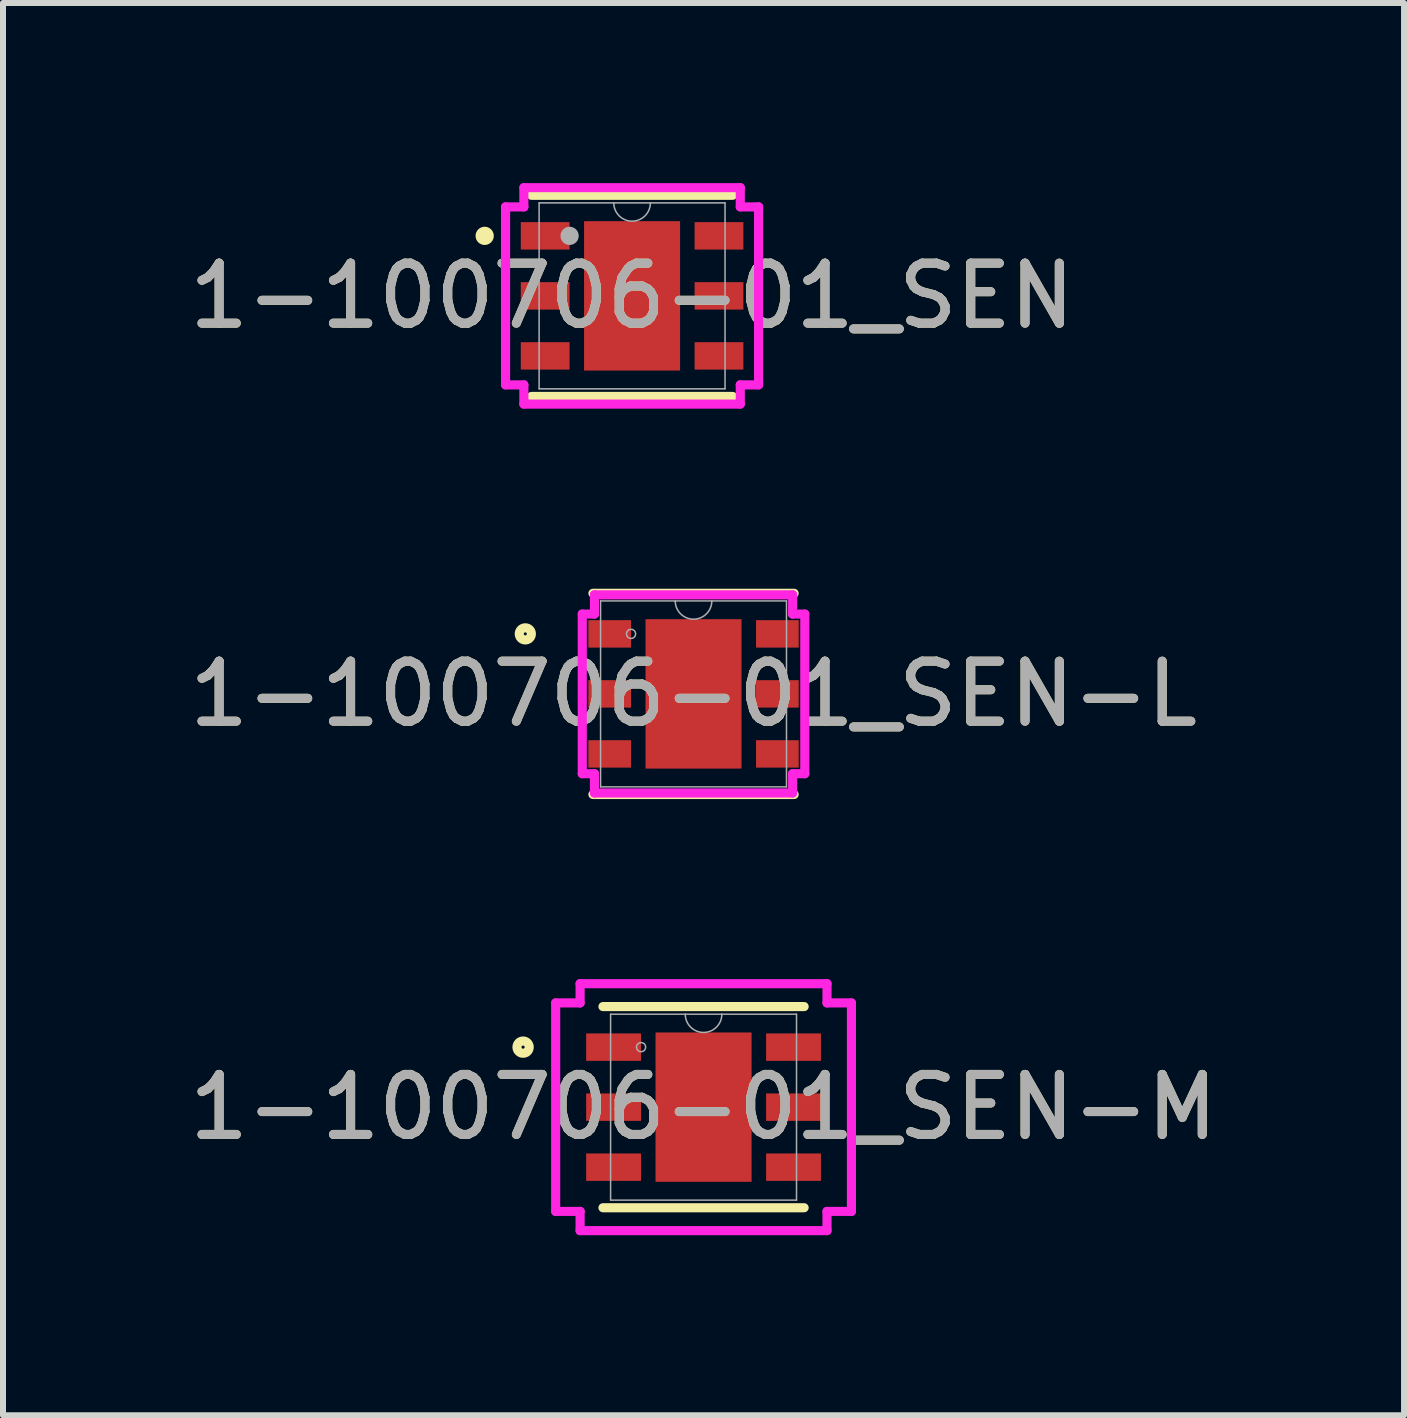
<source format=kicad_pcb>
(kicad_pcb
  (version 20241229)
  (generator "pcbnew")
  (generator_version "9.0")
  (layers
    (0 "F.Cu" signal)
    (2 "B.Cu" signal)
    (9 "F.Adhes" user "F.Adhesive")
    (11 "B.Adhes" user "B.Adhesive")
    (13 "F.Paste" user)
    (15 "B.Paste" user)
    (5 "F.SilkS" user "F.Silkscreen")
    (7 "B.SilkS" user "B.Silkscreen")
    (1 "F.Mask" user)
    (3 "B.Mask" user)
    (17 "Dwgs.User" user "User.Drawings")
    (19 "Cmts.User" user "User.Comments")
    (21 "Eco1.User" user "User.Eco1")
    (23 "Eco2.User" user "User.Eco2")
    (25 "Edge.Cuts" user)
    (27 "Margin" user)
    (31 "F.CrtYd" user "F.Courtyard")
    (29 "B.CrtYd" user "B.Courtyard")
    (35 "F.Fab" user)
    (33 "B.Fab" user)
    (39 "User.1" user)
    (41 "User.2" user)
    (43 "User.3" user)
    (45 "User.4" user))
  (footprint "1-100706-01_SEN-M"
    (layer "F.Cu")
    (at 8.673 15.398)
    (property "Reference" "1-100706-01_SEN-M" (at 0 0 0) (unlocked yes) (layer "F.SilkS") (effects (font (size 1 1) (thickness 0.15))))
    (attr smd)
    (fp_line (start -1.676 1.676) (end 1.676 1.676) (stroke (width 0.152) (type solid)) (layer "F.SilkS"))
    (fp_line (start 1.676 -1.676) (end -1.676 -1.676) (stroke (width 0.152) (type solid)) (layer "F.SilkS"))
    (fp_circle (center -3.007 -1) (end -2.905 -1) (stroke (width 0.152) (type solid)) (fill no) (layer "F.SilkS"))
    (fp_line (start -2.464 -1.737) (end -2.057 -1.737) (stroke (width 0.152) (type solid)) (layer "F.CrtYd"))
    (fp_line (start -2.464 1.737) (end -2.464 -1.737) (stroke (width 0.152) (type solid)) (layer "F.CrtYd"))
    (fp_line (start -2.464 1.737) (end -2.057 1.737) (stroke (width 0.152) (type solid)) (layer "F.CrtYd"))
    (fp_line (start -2.057 -2.057) (end 2.057 -2.057) (stroke (width 0.152) (type solid)) (layer "F.CrtYd"))
    (fp_line (start -2.057 -1.737) (end -2.057 -2.057) (stroke (width 0.152) (type solid)) (layer "F.CrtYd"))
    (fp_line (start -2.057 2.057) (end -2.057 1.737) (stroke (width 0.152) (type solid)) (layer "F.CrtYd"))
    (fp_line (start 2.057 -2.057) (end 2.057 -1.737) (stroke (width 0.152) (type solid)) (layer "F.CrtYd"))
    (fp_line (start 2.057 1.737) (end 2.057 2.057) (stroke (width 0.152) (type solid)) (layer "F.CrtYd"))
    (fp_line (start 2.057 2.057) (end -2.057 2.057) (stroke (width 0.152) (type solid)) (layer "F.CrtYd"))
    (fp_line (start 2.464 -1.737) (end 2.057 -1.737) (stroke (width 0.152) (type solid)) (layer "F.CrtYd"))
    (fp_line (start 2.464 -1.737) (end 2.464 1.737) (stroke (width 0.152) (type solid)) (layer "F.CrtYd"))
    (fp_line (start 2.464 1.737) (end 2.057 1.737) (stroke (width 0.152) (type solid)) (layer "F.CrtYd"))
    (fp_line (start -1.549 -1.549) (end -1.549 1.549) (stroke (width 0.025) (type solid)) (layer "F.Fab"))
    (fp_line (start -1.549 1.549) (end 1.549 1.549) (stroke (width 0.025) (type solid)) (layer "F.Fab"))
    (fp_line (start 1.549 -1.549) (end -1.549 -1.549) (stroke (width 0.025) (type solid)) (layer "F.Fab"))
    (fp_line (start 1.549 1.549) (end 1.549 -1.549) (stroke (width 0.025) (type solid)) (layer "F.Fab"))
    (fp_arc (start 0.3048 -1.5494) (mid 0 -1.2446) (end -0.3048 -1.5494) (stroke (width 0.0254) (type solid)) (layer "F.Fab"))
    (fp_circle (center -1.041 -1) (end -0.965 -1) (stroke (width 0.025) (type solid)) (fill no) (layer "F.Fab"))
    (fp_text user "${REFERENCE}" (at 0 0 0) (unlocked yes) (layer "F.Fab") (effects (font (size 1 1) (thickness 0.15))))
    (pad "1" smd rect (at -1.499 -1) (size 0.914 0.457) (layers "F.Cu" "F.Mask" "F.Paste"))
    (pad "2" smd rect (at -1.499 0) (size 0.914 0.457) (layers "F.Cu" "F.Mask" "F.Paste"))
    (pad "3" smd rect (at -1.499 1) (size 0.914 0.457) (layers "F.Cu" "F.Mask" "F.Paste"))
    (pad "4" smd rect (at 1.499 1) (size 0.914 0.457) (layers "F.Cu" "F.Mask" "F.Paste"))
    (pad "5" smd rect (at 1.499 0) (size 0.914 0.457) (layers "F.Cu" "F.Mask" "F.Paste"))
    (pad "6" smd rect (at 1.499 -1) (size 0.914 0.457) (layers "F.Cu" "F.Mask" "F.Paste"))
    (pad "7" smd rect (at 0 0) (size 1.6 2.489) (layers "F.Cu" "F.Mask" "F.Paste")))
  (footprint "1-100706-01_SEN"
    (layer "F.Cu")
    (at 7.482 1.88)
    (property "Reference" "1-100706-01_SEN" (at 0 0 0) (unlocked yes) (layer "F.SilkS") (effects (font (size 1 1) (thickness 0.15))))
    (attr smd)
    (fp_line (start -1.676 1.676) (end 1.676 1.676) (stroke (width 0.152) (type solid)) (layer "F.SilkS"))
    (fp_line (start 1.676 -1.676) (end -1.676 -1.676) (stroke (width 0.152) (type solid)) (layer "F.SilkS"))
    (fp_circle (center -2.456 -1) (end -2.38 -1) (stroke (width 0.152) (type solid)) (fill no) (layer "F.SilkS"))
    (fp_line (start -2.108 -1.483) (end -1.803 -1.483) (stroke (width 0.152) (type solid)) (layer "F.CrtYd"))
    (fp_line (start -2.108 1.483) (end -2.108 -1.483) (stroke (width 0.152) (type solid)) (layer "F.CrtYd"))
    (fp_line (start -2.108 1.483) (end -1.803 1.483) (stroke (width 0.152) (type solid)) (layer "F.CrtYd"))
    (fp_line (start -1.803 -1.803) (end 1.803 -1.803) (stroke (width 0.152) (type solid)) (layer "F.CrtYd"))
    (fp_line (start -1.803 -1.483) (end -1.803 -1.803) (stroke (width 0.152) (type solid)) (layer "F.CrtYd"))
    (fp_line (start -1.803 1.803) (end -1.803 1.483) (stroke (width 0.152) (type solid)) (layer "F.CrtYd"))
    (fp_line (start 1.803 -1.803) (end 1.803 -1.483) (stroke (width 0.152) (type solid)) (layer "F.CrtYd"))
    (fp_line (start 1.803 1.483) (end 1.803 1.803) (stroke (width 0.152) (type solid)) (layer "F.CrtYd"))
    (fp_line (start 1.803 1.803) (end -1.803 1.803) (stroke (width 0.152) (type solid)) (layer "F.CrtYd"))
    (fp_line (start 2.108 -1.483) (end 1.803 -1.483) (stroke (width 0.152) (type solid)) (layer "F.CrtYd"))
    (fp_line (start 2.108 -1.483) (end 2.108 1.483) (stroke (width 0.152) (type solid)) (layer "F.CrtYd"))
    (fp_line (start 2.108 1.483) (end 1.803 1.483) (stroke (width 0.152) (type solid)) (layer "F.CrtYd"))
    (fp_line (start -1.549 -1.549) (end -1.549 1.549) (stroke (width 0.025) (type solid)) (layer "F.Fab"))
    (fp_line (start -1.549 1.549) (end 1.549 1.549) (stroke (width 0.025) (type solid)) (layer "F.Fab"))
    (fp_line (start 1.549 -1.549) (end -1.549 -1.549) (stroke (width 0.025) (type solid)) (layer "F.Fab"))
    (fp_line (start 1.549 1.549) (end 1.549 -1.549) (stroke (width 0.025) (type solid)) (layer "F.Fab"))
    (fp_arc (start 0.3048 -1.5494) (mid 0 -1.2446) (end -0.3048 -1.5494) (stroke (width 0.0254) (type solid)) (layer "F.Fab"))
    (fp_circle (center -1.041 -1) (end -0.965 -1) (stroke (width 0.152) (type solid)) (fill no) (layer "F.Fab"))
    (fp_text user "${REFERENCE}" (at 0 0 0) (unlocked yes) (layer "F.Fab") (effects (font (size 1 1) (thickness 0.15))))
    (pad "1" smd rect (at -1.448 -1) (size 0.813 0.457) (layers "F.Cu" "F.Mask" "F.Paste"))
    (pad "2" smd rect (at -1.448 0) (size 0.813 0.457) (layers "F.Cu" "F.Mask" "F.Paste"))
    (pad "3" smd rect (at -1.448 1) (size 0.813 0.457) (layers "F.Cu" "F.Mask" "F.Paste"))
    (pad "4" smd rect (at 1.448 1) (size 0.813 0.457) (layers "F.Cu" "F.Mask" "F.Paste"))
    (pad "5" smd rect (at 1.448 0) (size 0.813 0.457) (layers "F.Cu" "F.Mask" "F.Paste"))
    (pad "6" smd rect (at 1.448 -1) (size 0.813 0.457) (layers "F.Cu" "F.Mask" "F.Paste"))
    (pad "7" smd rect (at 0 0) (size 1.6 2.489) (layers "F.Cu" "F.Mask" "F.Paste")))
  (footprint "1-100706-01_SEN-L"
    (layer "F.Cu")
    (at 8.506 8.512)
    (property "Reference" "1-100706-01_SEN-L" (at 0 0 0) (unlocked yes) (layer "F.SilkS") (effects (font (size 1 1) (thickness 0.15))))
    (attr smd)
    (fp_line (start -1.676 1.676) (end 1.676 1.676) (stroke (width 0.152) (type solid)) (layer "F.SilkS"))
    (fp_line (start 1.676 -1.676) (end -1.676 -1.676) (stroke (width 0.152) (type solid)) (layer "F.SilkS"))
    (fp_circle (center -2.803 -1) (end -2.702 -1) (stroke (width 0.152) (type solid)) (fill no) (layer "F.SilkS"))
    (fp_line (start -1.854 -1.33) (end -1.651 -1.33) (stroke (width 0.152) (type solid)) (layer "F.CrtYd"))
    (fp_line (start -1.854 1.33) (end -1.854 -1.33) (stroke (width 0.152) (type solid)) (layer "F.CrtYd"))
    (fp_line (start -1.854 1.33) (end -1.651 1.33) (stroke (width 0.152) (type solid)) (layer "F.CrtYd"))
    (fp_line (start -1.651 -1.651) (end 1.651 -1.651) (stroke (width 0.152) (type solid)) (layer "F.CrtYd"))
    (fp_line (start -1.651 -1.33) (end -1.651 -1.651) (stroke (width 0.152) (type solid)) (layer "F.CrtYd"))
    (fp_line (start -1.651 1.651) (end -1.651 1.33) (stroke (width 0.152) (type solid)) (layer "F.CrtYd"))
    (fp_line (start 1.651 -1.651) (end 1.651 -1.33) (stroke (width 0.152) (type solid)) (layer "F.CrtYd"))
    (fp_line (start 1.651 1.33) (end 1.651 1.651) (stroke (width 0.152) (type solid)) (layer "F.CrtYd"))
    (fp_line (start 1.651 1.651) (end -1.651 1.651) (stroke (width 0.152) (type solid)) (layer "F.CrtYd"))
    (fp_line (start 1.854 -1.33) (end 1.651 -1.33) (stroke (width 0.152) (type solid)) (layer "F.CrtYd"))
    (fp_line (start 1.854 -1.33) (end 1.854 1.33) (stroke (width 0.152) (type solid)) (layer "F.CrtYd"))
    (fp_line (start 1.854 1.33) (end 1.651 1.33) (stroke (width 0.152) (type solid)) (layer "F.CrtYd"))
    (fp_line (start -1.549 -1.549) (end -1.549 1.549) (stroke (width 0.025) (type solid)) (layer "F.Fab"))
    (fp_line (start -1.549 1.549) (end 1.549 1.549) (stroke (width 0.025) (type solid)) (layer "F.Fab"))
    (fp_line (start 1.549 -1.549) (end -1.549 -1.549) (stroke (width 0.025) (type solid)) (layer "F.Fab"))
    (fp_line (start 1.549 1.549) (end 1.549 -1.549) (stroke (width 0.025) (type solid)) (layer "F.Fab"))
    (fp_arc (start 0.3048 -1.5494) (mid 0 -1.2446) (end -0.3048 -1.5494) (stroke (width 0.0254) (type solid)) (layer "F.Fab"))
    (fp_circle (center -1.041 -1) (end -0.965 -1) (stroke (width 0.025) (type solid)) (fill no) (layer "F.Fab"))
    (fp_text user "${REFERENCE}" (at 0 0 0) (unlocked yes) (layer "F.Fab") (effects (font (size 1 1) (thickness 0.15))))
    (pad "1" smd rect (at -1.397 -1) (size 0.711 0.457) (layers "F.Cu" "F.Mask" "F.Paste"))
    (pad "2" smd rect (at -1.397 0) (size 0.711 0.457) (layers "F.Cu" "F.Mask" "F.Paste"))
    (pad "3" smd rect (at -1.397 1) (size 0.711 0.457) (layers "F.Cu" "F.Mask" "F.Paste"))
    (pad "4" smd rect (at 1.397 1) (size 0.711 0.457) (layers "F.Cu" "F.Mask" "F.Paste"))
    (pad "5" smd rect (at 1.397 0) (size 0.711 0.457) (layers "F.Cu" "F.Mask" "F.Paste"))
    (pad "6" smd rect (at 1.397 -1) (size 0.711 0.457) (layers "F.Cu" "F.Mask" "F.Paste"))
    (pad "7" smd rect (at 0 0) (size 1.6 2.489) (layers "F.Cu" "F.Mask" "F.Paste")))
  (gr_rect
    (start -3 -3)
    (end 20.345 20.532)
    (stroke (width 0.1) (type default))
    (fill no)
    (layer "Edge.Cuts")))
</source>
